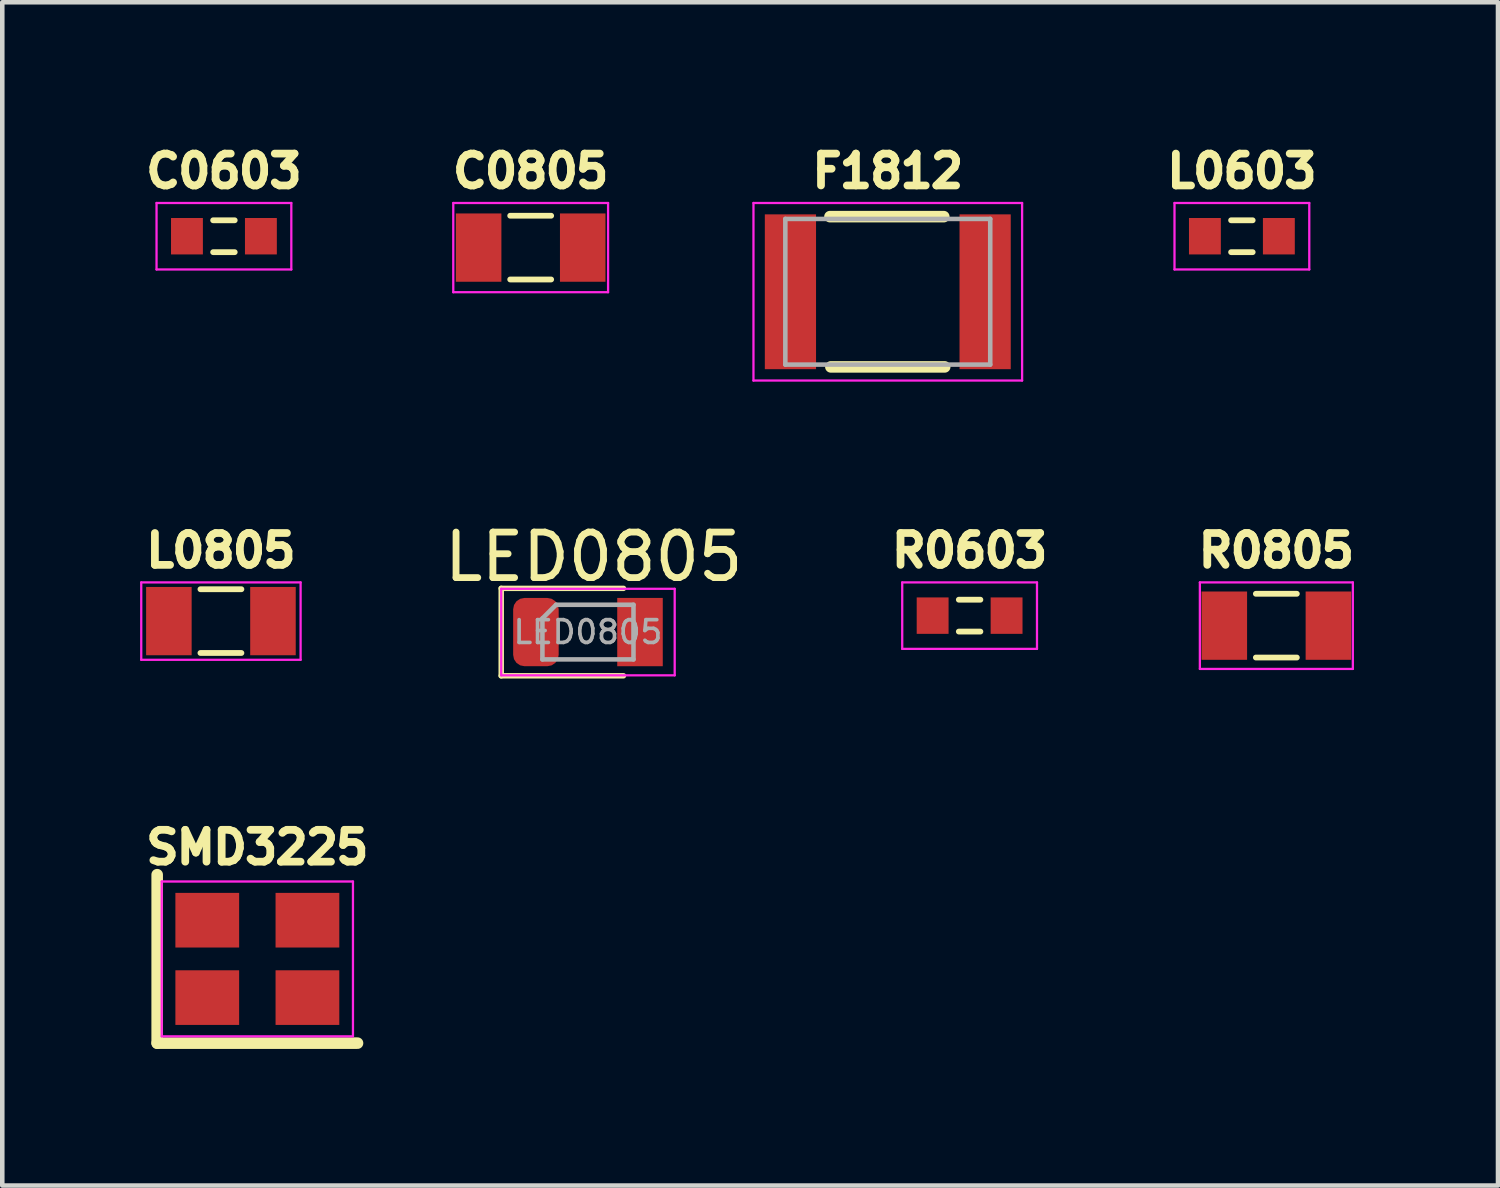
<source format=kicad_pcb>
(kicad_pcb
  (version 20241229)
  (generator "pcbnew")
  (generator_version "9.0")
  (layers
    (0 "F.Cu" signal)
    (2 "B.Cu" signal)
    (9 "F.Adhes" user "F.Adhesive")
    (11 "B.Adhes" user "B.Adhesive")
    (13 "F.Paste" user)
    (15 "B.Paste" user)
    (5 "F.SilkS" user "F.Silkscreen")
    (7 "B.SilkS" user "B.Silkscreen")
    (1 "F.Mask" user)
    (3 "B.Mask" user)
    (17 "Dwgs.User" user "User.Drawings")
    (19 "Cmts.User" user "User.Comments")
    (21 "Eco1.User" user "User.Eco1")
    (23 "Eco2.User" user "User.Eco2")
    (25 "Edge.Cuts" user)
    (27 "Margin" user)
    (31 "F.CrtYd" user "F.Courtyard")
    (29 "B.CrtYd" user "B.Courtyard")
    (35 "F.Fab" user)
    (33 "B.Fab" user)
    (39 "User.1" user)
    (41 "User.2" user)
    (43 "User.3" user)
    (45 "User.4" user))
  (footprint "R0603"
    (layer "F.Cu")
    (at 18.245 10.471)
    (property "Reference" "R0603" (at 0 -1.43 0) (layer "F.SilkS") (effects (font (size 0.7 0.7) (thickness 0.17))))
    (attr smd)
    (fp_line (start -0.237 -0.35) (end 0.237 -0.35) (stroke (width 0.127) (type solid)) (layer "F.SilkS"))
    (fp_line (start -0.237 0.35) (end 0.237 0.35) (stroke (width 0.127) (type solid)) (layer "F.SilkS"))
    (fp_line (start 0 -0.254) (end 0 0.254) (stroke (width 0.127) (type solid)) (layer "Eco1.User"))
    (fp_line (start 0.254 0) (end -0.254 0) (stroke (width 0.127) (type solid)) (layer "Eco1.User"))
    (fp_line (start -1.48 -0.73) (end 1.48 -0.73) (stroke (width 0.05) (type solid)) (layer "F.CrtYd"))
    (fp_line (start -1.48 0.73) (end -1.48 -0.73) (stroke (width 0.05) (type solid)) (layer "F.CrtYd"))
    (fp_line (start 1.48 -0.73) (end 1.48 0.73) (stroke (width 0.05) (type solid)) (layer "F.CrtYd"))
    (fp_line (start 1.48 0.73) (end -1.48 0.73) (stroke (width 0.05) (type solid)) (layer "F.CrtYd"))
    (pad "1" smd rect (at -0.812 0) (size 0.7 0.8) (layers "F.Cu" "F.Mask" "F.Paste"))
    (pad "2" smd rect (at 0.812 0) (size 0.7 0.8) (layers "F.Cu" "F.Mask" "F.Paste")))
  (footprint "L0805"
    (layer "F.Cu")
    (at 1.802 10.591)
    (property "Reference" "L0805" (at 0 -1.55 0) (layer "F.SilkS") (effects (font (size 0.7 0.7) (thickness 0.17))))
    (attr smd)
    (fp_line (start -0.45 0.7) (end 0.45 0.7) (stroke (width 0.127) (type solid)) (layer "F.SilkS"))
    (fp_line (start 0.45 -0.7) (end -0.45 -0.7) (stroke (width 0.127) (type solid)) (layer "F.SilkS"))
    (fp_line (start 0 -0.3) (end 0 0.3) (stroke (width 0.128) (type solid)) (layer "Eco1.User"))
    (fp_line (start 0.3 0) (end -0.3 0) (stroke (width 0.128) (type solid)) (layer "Eco1.User"))
    (fp_line (start -1.75 -0.85) (end 1.75 -0.85) (stroke (width 0.05) (type solid)) (layer "F.CrtYd"))
    (fp_line (start -1.75 0.85) (end -1.75 -0.85) (stroke (width 0.05) (type solid)) (layer "F.CrtYd"))
    (fp_line (start 1.75 -0.85) (end 1.75 0.85) (stroke (width 0.05) (type solid)) (layer "F.CrtYd"))
    (fp_line (start 1.75 0.85) (end -1.75 0.85) (stroke (width 0.05) (type solid)) (layer "F.CrtYd"))
    (pad "1" smd rect (at -1.143 0) (size 1 1.5) (layers "F.Cu" "F.Mask" "F.Paste"))
    (pad "2" smd rect (at 1.143 0) (size 1 1.5) (layers "F.Cu" "F.Mask" "F.Paste")))
  (footprint "LED0805"
    (layer "F.Cu")
    (at 9.863 10.832)
    (property "Reference" "LED0805" (at 0.127 -1.651 0) (layer "F.SilkS") (effects (font (size 1 1) (thickness 0.15))))
    (attr through_hole)
    (fp_line (start -1.905 -0.96) (end -1.905 0.96) (stroke (width 0.12) (type solid)) (layer "F.SilkS"))
    (fp_line (start -1.905 0.96) (end 0.78 0.96) (stroke (width 0.12) (type solid)) (layer "F.SilkS"))
    (fp_line (start 0.78 -0.96) (end -1.905 -0.96) (stroke (width 0.12) (type solid)) (layer "F.SilkS"))
    (fp_line (start -1.905 -0.95) (end 1.905 -0.95) (stroke (width 0.05) (type solid)) (layer "F.CrtYd"))
    (fp_line (start -1.905 0.95) (end -1.905 -0.95) (stroke (width 0.05) (type solid)) (layer "F.CrtYd"))
    (fp_line (start 1.905 -0.95) (end 1.905 0.95) (stroke (width 0.05) (type solid)) (layer "F.CrtYd"))
    (fp_line (start 1.905 0.95) (end -1.905 0.95) (stroke (width 0.05) (type solid)) (layer "F.CrtYd"))
    (fp_line (start -1 -0.3) (end -1 0.6) (stroke (width 0.1) (type solid)) (layer "F.Fab"))
    (fp_line (start -1 0.6) (end 1 0.6) (stroke (width 0.1) (type solid)) (layer "F.Fab"))
    (fp_line (start -0.7 -0.6) (end -1 -0.3) (stroke (width 0.1) (type solid)) (layer "F.Fab"))
    (fp_line (start 1 -0.6) (end -0.7 -0.6) (stroke (width 0.1) (type solid)) (layer "F.Fab"))
    (fp_line (start 1 0.6) (end 1 -0.6) (stroke (width 0.1) (type solid)) (layer "F.Fab"))
    (fp_text user "${REFERENCE}" (at 0 0 0) (layer "F.Fab") (effects (font (size 0.5 0.5) (thickness 0.08))))
    (pad "1" smd roundrect (at -1.143 0) (size 1 1.5) (layers "F.Cu" "F.Mask" "F.Paste") (roundrect_rratio 0.25))
    (pad "2" smd rect (at 1.143 0) (size 1 1.5) (layers "F.Cu" "F.Mask" "F.Paste")))
  (footprint "L0603"
    (layer "F.Cu")
    (at 24.225 2.138)
    (property "Reference" "L0603" (at 0 -1.43 0) (layer "F.SilkS") (effects (font (size 0.7 0.7) (thickness 0.17))))
    (attr smd)
    (fp_line (start -0.237 -0.35) (end 0.237 -0.35) (stroke (width 0.127) (type solid)) (layer "F.SilkS"))
    (fp_line (start -0.237 0.35) (end 0.237 0.35) (stroke (width 0.127) (type solid)) (layer "F.SilkS"))
    (fp_line (start 0 -0.3) (end 0 0.3) (stroke (width 0.128) (type solid)) (layer "Eco1.User"))
    (fp_line (start 0.3 0) (end -0.3 0) (stroke (width 0.128) (type solid)) (layer "Eco1.User"))
    (fp_line (start -1.48 -0.73) (end 1.48 -0.73) (stroke (width 0.05) (type solid)) (layer "F.CrtYd"))
    (fp_line (start -1.48 0.73) (end -1.48 -0.73) (stroke (width 0.05) (type solid)) (layer "F.CrtYd"))
    (fp_line (start 1.48 -0.73) (end 1.48 0.73) (stroke (width 0.05) (type solid)) (layer "F.CrtYd"))
    (fp_line (start 1.48 0.73) (end -1.48 0.73) (stroke (width 0.05) (type solid)) (layer "F.CrtYd"))
    (pad "1" smd rect (at -0.812 0) (size 0.7 0.8) (layers "F.Cu" "F.Mask" "F.Paste"))
    (pad "2" smd rect (at 0.812 0) (size 0.7 0.8) (layers "F.Cu" "F.Mask" "F.Paste")))
  (footprint "SMD3225"
    (layer "F.Cu")
    (at 2.602 18.01)
    (property "Reference" "SMD3225" (at 0 -2.45 0) (layer "F.SilkS") (effects (font (size 0.7 0.7) (thickness 0.17))))
    (attr smd)
    (fp_line (start -2.2 -1.85) (end -2.2 1.85) (stroke (width 0.254) (type solid)) (layer "F.SilkS"))
    (fp_line (start -2.2 1.85) (end 2.2 1.85) (stroke (width 0.254) (type solid)) (layer "F.SilkS"))
    (fp_line (start 0 -0.3) (end 0 0.3) (stroke (width 0.128) (type solid)) (layer "Eco1.User"))
    (fp_line (start 0.3 0) (end -0.3 0) (stroke (width 0.128) (type solid)) (layer "Eco1.User"))
    (fp_line (start -2.1 -1.7) (end -2.1 1.7) (stroke (width 0.05) (type solid)) (layer "F.CrtYd"))
    (fp_line (start -2.1 1.7) (end 2.1 1.7) (stroke (width 0.05) (type solid)) (layer "F.CrtYd"))
    (fp_line (start 2.1 -1.7) (end -2.1 -1.7) (stroke (width 0.05) (type solid)) (layer "F.CrtYd"))
    (fp_line (start 2.1 1.7) (end 2.1 -1.7) (stroke (width 0.05) (type solid)) (layer "F.CrtYd"))
    (pad "1" smd rect (at -1.1 0.85) (size 1.4 1.2) (layers "F.Cu" "F.Mask" "F.Paste"))
    (pad "2" smd rect (at 1.1 0.85) (size 1.4 1.2) (layers "F.Cu" "F.Mask" "F.Paste"))
    (pad "3" smd rect (at 1.1 -0.85) (size 1.4 1.2) (layers "F.Cu" "F.Mask" "F.Paste"))
    (pad "4" smd rect (at -1.1 -0.85) (size 1.4 1.2) (layers "F.Cu" "F.Mask" "F.Paste")))
  (footprint "R0805"
    (layer "F.Cu")
    (at 24.982 10.691)
    (property "Reference" "R0805" (at 0 -1.65 0) (layer "F.SilkS") (effects (font (size 0.7 0.7) (thickness 0.17))))
    (attr smd)
    (fp_line (start -0.45 0.7) (end 0.45 0.7) (stroke (width 0.127) (type solid)) (layer "F.SilkS"))
    (fp_line (start 0.45 -0.7) (end -0.45 -0.7) (stroke (width 0.127) (type solid)) (layer "F.SilkS"))
    (fp_line (start 0 -0.3) (end 0 0.3) (stroke (width 0.128) (type solid)) (layer "Eco1.User"))
    (fp_line (start 0.3 0) (end -0.3 0) (stroke (width 0.128) (type solid)) (layer "Eco1.User"))
    (fp_line (start -1.68 -0.95) (end 1.68 -0.95) (stroke (width 0.05) (type solid)) (layer "F.CrtYd"))
    (fp_line (start -1.68 0.95) (end -1.68 -0.95) (stroke (width 0.05) (type solid)) (layer "F.CrtYd"))
    (fp_line (start 1.68 -0.95) (end 1.68 0.95) (stroke (width 0.05) (type solid)) (layer "F.CrtYd"))
    (fp_line (start 1.68 0.95) (end -1.68 0.95) (stroke (width 0.05) (type solid)) (layer "F.CrtYd"))
    (pad "1" smd rect (at -1.143 0) (size 1 1.5) (layers "F.Cu" "F.Mask" "F.Paste"))
    (pad "2" smd rect (at 1.143 0) (size 1 1.5) (layers "F.Cu" "F.Mask" "F.Paste")))
  (footprint "C0805"
    (layer "F.Cu")
    (at 8.605 2.388)
    (property "Reference" "C0805" (at 0 -1.68 0) (layer "F.SilkS") (effects (font (size 0.7 0.7) (thickness 0.17))))
    (attr smd)
    (fp_line (start -0.45 0.7) (end 0.45 0.7) (stroke (width 0.127) (type solid)) (layer "F.SilkS"))
    (fp_line (start 0.45 -0.7) (end -0.45 -0.7) (stroke (width 0.127) (type solid)) (layer "F.SilkS"))
    (fp_line (start 0 -0.3) (end 0 0.3) (stroke (width 0.128) (type solid)) (layer "Eco1.User"))
    (fp_line (start 0.3 0) (end -0.3 0) (stroke (width 0.128) (type solid)) (layer "Eco1.User"))
    (fp_line (start -1.7 -0.98) (end 1.7 -0.98) (stroke (width 0.05) (type solid)) (layer "F.CrtYd"))
    (fp_line (start -1.7 0.98) (end -1.7 -0.98) (stroke (width 0.05) (type solid)) (layer "F.CrtYd"))
    (fp_line (start 1.7 -0.98) (end 1.7 0.98) (stroke (width 0.05) (type solid)) (layer "F.CrtYd"))
    (fp_line (start 1.7 0.98) (end -1.7 0.98) (stroke (width 0.05) (type solid)) (layer "F.CrtYd"))
    (pad "1" smd rect (at -1.143 0) (size 1 1.5) (layers "F.Cu" "F.Mask" "F.Paste"))
    (pad "2" smd rect (at 1.143 0) (size 1 1.5) (layers "F.Cu" "F.Mask" "F.Paste")))
  (footprint "C0603"
    (layer "F.Cu")
    (at 1.868 2.138)
    (property "Reference" "C0603" (at 0 -1.43 0) (layer "F.SilkS") (effects (font (size 0.7 0.7) (thickness 0.17))))
    (attr smd)
    (fp_line (start -0.237 -0.35) (end 0.237 -0.35) (stroke (width 0.127) (type solid)) (layer "F.SilkS"))
    (fp_line (start -0.237 0.35) (end 0.237 0.35) (stroke (width 0.127) (type solid)) (layer "F.SilkS"))
    (fp_line (start 0 -0.3) (end 0 0.3) (stroke (width 0.128) (type solid)) (layer "Eco1.User"))
    (fp_line (start 0.3 0) (end -0.3 0) (stroke (width 0.128) (type solid)) (layer "Eco1.User"))
    (fp_line (start -1.48 -0.73) (end 1.48 -0.73) (stroke (width 0.05) (type solid)) (layer "F.CrtYd"))
    (fp_line (start -1.48 0.73) (end -1.48 -0.73) (stroke (width 0.05) (type solid)) (layer "F.CrtYd"))
    (fp_line (start 1.48 -0.73) (end 1.48 0.73) (stroke (width 0.05) (type solid)) (layer "F.CrtYd"))
    (fp_line (start 1.48 0.73) (end -1.48 0.73) (stroke (width 0.05) (type solid)) (layer "F.CrtYd"))
    (pad "1" smd rect (at -0.812 0) (size 0.7 0.8) (layers "F.Cu" "F.Mask" "F.Paste"))
    (pad "2" smd rect (at 0.812 0) (size 0.7 0.8) (layers "F.Cu" "F.Mask" "F.Paste")))
  (footprint "F1812"
    (layer "F.Cu")
    (at 16.448 3.358)
    (property "Reference" "F1812" (at 0 -2.65 0) (layer "F.SilkS") (effects (font (size 0.7 0.7) (thickness 0.17))))
    (attr smd)
    (fp_line (start -1.27 -1.65) (end 1.23 -1.65) (stroke (width 0.254) (type solid)) (layer "F.SilkS"))
    (fp_line (start 1.25 1.65) (end -1.25 1.65) (stroke (width 0.254) (type solid)) (layer "F.SilkS"))
    (fp_line (start 0 -0.3) (end 0 0.3) (stroke (width 0.128) (type solid)) (layer "Eco1.User"))
    (fp_line (start 0.3 0) (end -0.3 0) (stroke (width 0.128) (type solid)) (layer "Eco1.User"))
    (fp_line (start -2.95 -1.95) (end 2.95 -1.95) (stroke (width 0.05) (type solid)) (layer "F.CrtYd"))
    (fp_line (start -2.95 1.95) (end -2.95 -1.95) (stroke (width 0.05) (type solid)) (layer "F.CrtYd"))
    (fp_line (start 2.95 -1.95) (end 2.95 1.95) (stroke (width 0.05) (type solid)) (layer "F.CrtYd"))
    (fp_line (start 2.95 1.95) (end -2.95 1.95) (stroke (width 0.05) (type solid)) (layer "F.CrtYd"))
    (fp_line (start -2.25 -1.6) (end 2.25 -1.6) (stroke (width 0.1) (type solid)) (layer "F.Fab"))
    (fp_line (start -2.25 1.6) (end -2.25 -1.6) (stroke (width 0.1) (type solid)) (layer "F.Fab"))
    (fp_line (start 2.25 -1.6) (end 2.25 1.6) (stroke (width 0.1) (type solid)) (layer "F.Fab"))
    (fp_line (start 2.25 1.6) (end -2.25 1.6) (stroke (width 0.1) (type solid)) (layer "F.Fab"))
    (pad "1" smd rect (at -2.138 0) (size 1.125 3.4) (layers "F.Cu" "F.Mask" "F.Paste"))
    (pad "2" smd rect (at 2.138 0) (size 1.125 3.4) (layers "F.Cu" "F.Mask" "F.Paste")))
  (gr_rect
    (start -3 -3)
    (end 29.85 22.987)
    (stroke (width 0.1) (type default))
    (fill no)
    (layer "Edge.Cuts")))
</source>
